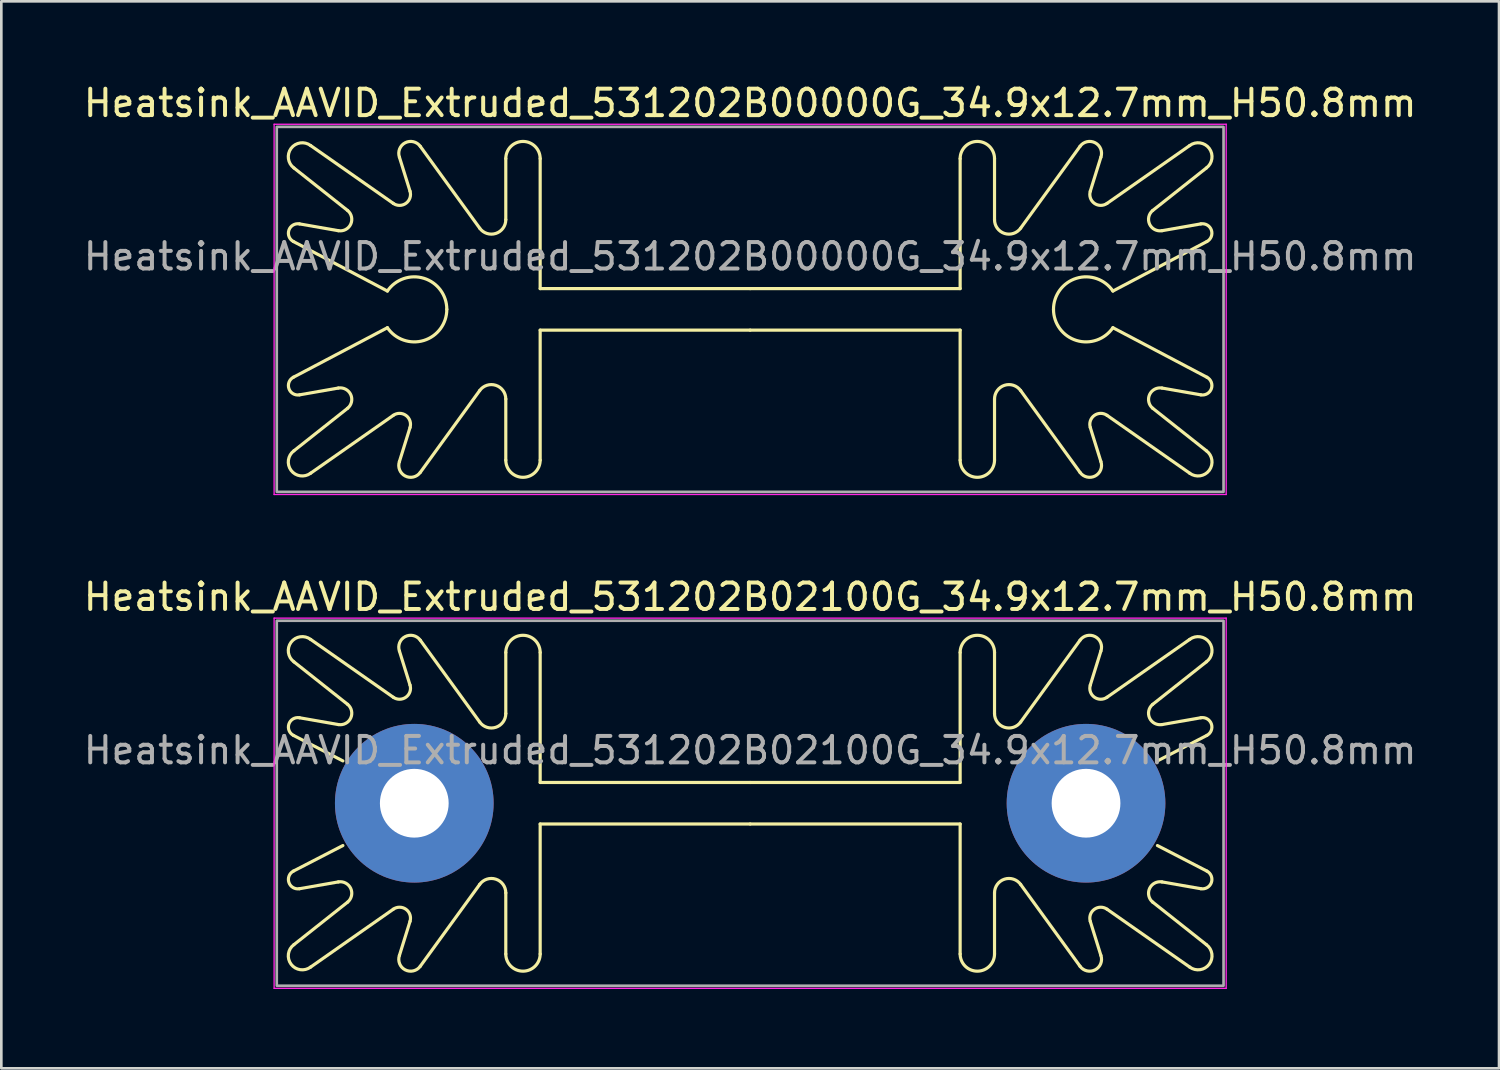
<source format=kicad_pcb>
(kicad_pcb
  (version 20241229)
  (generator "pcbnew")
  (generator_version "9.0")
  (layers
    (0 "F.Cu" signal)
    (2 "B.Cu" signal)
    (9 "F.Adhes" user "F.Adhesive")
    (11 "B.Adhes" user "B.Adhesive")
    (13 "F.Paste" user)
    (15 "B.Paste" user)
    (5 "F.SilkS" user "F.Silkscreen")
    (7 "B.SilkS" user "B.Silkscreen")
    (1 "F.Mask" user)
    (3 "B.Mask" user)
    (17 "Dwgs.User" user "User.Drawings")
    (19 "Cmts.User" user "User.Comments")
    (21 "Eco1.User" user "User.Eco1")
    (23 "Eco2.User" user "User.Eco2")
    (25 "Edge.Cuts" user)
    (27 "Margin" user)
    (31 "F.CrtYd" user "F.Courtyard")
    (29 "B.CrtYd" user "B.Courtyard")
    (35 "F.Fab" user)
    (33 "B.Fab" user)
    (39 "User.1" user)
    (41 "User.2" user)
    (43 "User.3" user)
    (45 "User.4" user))
  (footprint "Heatsink_AAVID_Extruded_531202B02100G_34.9x12.7mm_H50.8mm"
    (layer "F.Cu")
    (at 25.315 27.322)
    (property "Reference" "Heatsink_AAVID_Extruded_531202B02100G_34.9x12.7mm_H50.8mm" (at 0 -7.8 0) (layer "F.SilkS") (effects (font (size 1 1) (thickness 0.15))))
    (attr through_hole)
    (fp_line (start -17.251 -5.347) (end -15.22 -3.738) (stroke (width 0.12) (type default)) (layer "F.SilkS"))
    (fp_line (start -17.251 5.347) (end -15.22 3.738) (stroke (width 0.12) (type default)) (layer "F.SilkS"))
    (fp_line (start -17.041 -3.232) (end -15.573 -2.975) (stroke (width 0.12) (type default)) (layer "F.SilkS"))
    (fp_line (start -17.041 3.232) (end -15.573 2.975) (stroke (width 0.12) (type default)) (layer "F.SilkS"))
    (fp_line (start -16.62 -6.195) (end -13.494 -4.007) (stroke (width 0.12) (type default)) (layer "F.SilkS"))
    (fp_line (start -16.62 6.195) (end -13.494 4.007) (stroke (width 0.12) (type default)) (layer "F.SilkS"))
    (fp_line (start -15.4 -1.6) (end -17.269 -2.565) (stroke (width 0.12) (type default)) (layer "F.SilkS"))
    (fp_line (start -15.4 1.6) (end -17.269 2.565) (stroke (width 0.12) (type default)) (layer "F.SilkS"))
    (fp_line (start -13.262 -5.755) (end -12.861 -4.467) (stroke (width 0.12) (type default)) (layer "F.SilkS"))
    (fp_line (start -13.262 5.755) (end -12.861 4.467) (stroke (width 0.12) (type default)) (layer "F.SilkS"))
    (fp_line (start -12.474 -6.165) (end -10.227 -3.07) (stroke (width 0.12) (type default)) (layer "F.SilkS"))
    (fp_line (start -12.474 6.165) (end -10.227 3.07) (stroke (width 0.12) (type default)) (layer "F.SilkS"))
    (fp_line (start -9.24 -3.39) (end -9.24 -5.7) (stroke (width 0.12) (type default)) (layer "F.SilkS"))
    (fp_line (start -9.24 3.39) (end -9.24 5.7) (stroke (width 0.12) (type default)) (layer "F.SilkS"))
    (fp_line (start -7.94 -5.7) (end -7.94 -0.785) (stroke (width 0.12) (type default)) (layer "F.SilkS"))
    (fp_line (start -7.94 -0.785) (end 0 -0.785) (stroke (width 0.12) (type default)) (layer "F.SilkS"))
    (fp_line (start -7.94 0.785) (end 0 0.785) (stroke (width 0.12) (type default)) (layer "F.SilkS"))
    (fp_line (start -7.94 5.7) (end -7.94 0.785) (stroke (width 0.12) (type default)) (layer "F.SilkS"))
    (fp_line (start 7.94 -5.7) (end 7.94 -0.785) (stroke (width 0.12) (type default)) (layer "F.SilkS"))
    (fp_line (start 7.94 -0.785) (end 0 -0.785) (stroke (width 0.12) (type default)) (layer "F.SilkS"))
    (fp_line (start 7.94 0.785) (end 0 0.785) (stroke (width 0.12) (type default)) (layer "F.SilkS"))
    (fp_line (start 7.94 5.7) (end 7.94 0.785) (stroke (width 0.12) (type default)) (layer "F.SilkS"))
    (fp_line (start 9.24 -3.39) (end 9.24 -5.7) (stroke (width 0.12) (type default)) (layer "F.SilkS"))
    (fp_line (start 9.24 3.39) (end 9.24 5.7) (stroke (width 0.12) (type default)) (layer "F.SilkS"))
    (fp_line (start 12.474 -6.165) (end 10.227 -3.07) (stroke (width 0.12) (type default)) (layer "F.SilkS"))
    (fp_line (start 12.474 6.165) (end 10.227 3.07) (stroke (width 0.12) (type default)) (layer "F.SilkS"))
    (fp_line (start 13.262 -5.755) (end 12.861 -4.467) (stroke (width 0.12) (type default)) (layer "F.SilkS"))
    (fp_line (start 13.262 5.755) (end 12.861 4.467) (stroke (width 0.12) (type default)) (layer "F.SilkS"))
    (fp_line (start 15.4 -1.6) (end 17.269 -2.565) (stroke (width 0.12) (type default)) (layer "F.SilkS"))
    (fp_line (start 15.4 1.6) (end 17.269 2.565) (stroke (width 0.12) (type default)) (layer "F.SilkS"))
    (fp_line (start 16.62 -6.195) (end 13.494 -4.007) (stroke (width 0.12) (type default)) (layer "F.SilkS"))
    (fp_line (start 16.62 6.195) (end 13.494 4.007) (stroke (width 0.12) (type default)) (layer "F.SilkS"))
    (fp_line (start 17.041 -3.232) (end 15.573 -2.975) (stroke (width 0.12) (type default)) (layer "F.SilkS"))
    (fp_line (start 17.041 3.232) (end 15.573 2.975) (stroke (width 0.12) (type default)) (layer "F.SilkS"))
    (fp_line (start 17.251 -5.347) (end 15.22 -3.738) (stroke (width 0.12) (type default)) (layer "F.SilkS"))
    (fp_line (start 17.251 5.347) (end 15.22 3.738) (stroke (width 0.12) (type default)) (layer "F.SilkS"))
    (fp_arc (start -17.269214 -2.565036) (mid -17.440597 -2.996056) (end -17.041391 -3.232244) (stroke (width 0.12) (type default)) (layer "F.SilkS"))
    (fp_arc (start -17.251322 -5.347047) (mid -17.35513 -6.083544) (end -16.619722 -6.194806) (stroke (width 0.12) (type default)) (layer "F.SilkS"))
    (fp_arc (start -17.041391 3.232244) (mid -17.440597 2.996056) (end -17.269214 2.565036) (stroke (width 0.12) (type default)) (layer "F.SilkS"))
    (fp_arc (start -16.619722 6.194806) (mid -17.35513 6.083544) (end -17.251322 5.347047) (stroke (width 0.12) (type default)) (layer "F.SilkS"))
    (fp_arc (start -15.573285 2.975325) (mid -15.103475 3.221267) (end -15.220495 3.738486) (stroke (width 0.12) (type default)) (layer "F.SilkS"))
    (fp_arc (start -15.220495 -3.738486) (mid -15.103476 -3.221268) (end -15.573285 -2.975325) (stroke (width 0.12) (type default)) (layer "F.SilkS"))
    (fp_arc (start -13.494196 4.006938) (mid -13.013649 4.011159) (end -12.86112 4.466876) (stroke (width 0.12) (type default)) (layer "F.SilkS"))
    (fp_arc (start -13.262222 -5.754806) (mid -13.044559 -6.299541) (end -12.473631 -6.164803) (stroke (width 0.12) (type default)) (layer "F.SilkS"))
    (fp_arc (start -12.86112 -4.466876) (mid -13.013649 -4.011159) (end -13.494196 -4.006938) (stroke (width 0.12) (type default)) (layer "F.SilkS"))
    (fp_arc (start -12.473631 6.164803) (mid -13.044559 6.299541) (end -13.262222 5.754806) (stroke (width 0.12) (type default)) (layer "F.SilkS"))
    (fp_arc (start -10.227108 3.069551) (mid -9.617107 2.871094) (end -9.24 3.390015) (stroke (width 0.12) (type default)) (layer "F.SilkS"))
    (fp_arc (start -9.24 -5.700005) (mid -8.589998 -6.34999) (end -7.94 -5.7) (stroke (width 0.12) (type default)) (layer "F.SilkS"))
    (fp_arc (start -9.24 -3.390015) (mid -9.617106 -2.871091) (end -10.227108 -3.069551) (stroke (width 0.12) (type default)) (layer "F.SilkS"))
    (fp_arc (start -7.94 5.7) (mid -8.589998 6.34999) (end -9.24 5.700005) (stroke (width 0.12) (type default)) (layer "F.SilkS"))
    (fp_arc (start 7.94 -5.7) (mid 8.589997 -6.35) (end 9.24 -5.700005) (stroke (width 0.12) (type default)) (layer "F.SilkS"))
    (fp_arc (start 9.24 3.390015) (mid 9.617118 2.871065) (end 10.227108 3.069551) (stroke (width 0.12) (type default)) (layer "F.SilkS"))
    (fp_arc (start 9.24 5.700005) (mid 8.589998 6.35) (end 7.94 5.7) (stroke (width 0.12) (type default)) (layer "F.SilkS"))
    (fp_arc (start 10.227108 -3.069551) (mid 9.617136 -2.87112) (end 9.24 -3.390015) (stroke (width 0.12) (type default)) (layer "F.SilkS"))
    (fp_arc (start 12.473631 -6.164803) (mid 13.044573 -6.29957) (end 13.262222 -5.754806) (stroke (width 0.12) (type default)) (layer "F.SilkS"))
    (fp_arc (start 12.86112 4.466876) (mid 13.013648 4.011156) (end 13.494196 4.006938) (stroke (width 0.12) (type default)) (layer "F.SilkS"))
    (fp_arc (start 13.262222 5.754806) (mid 13.044557 6.299538) (end 12.473631 6.164803) (stroke (width 0.12) (type default)) (layer "F.SilkS"))
    (fp_arc (start 13.494196 -4.006938) (mid 13.013654 -4.011181) (end 12.86112 -4.466876) (stroke (width 0.12) (type default)) (layer "F.SilkS"))
    (fp_arc (start 15.220495 3.738486) (mid 15.103486 3.221284) (end 15.573285 2.975325) (stroke (width 0.12) (type default)) (layer "F.SilkS"))
    (fp_arc (start 15.573285 -2.975325) (mid 15.103462 -3.221272) (end 15.220495 -3.738486) (stroke (width 0.12) (type default)) (layer "F.SilkS"))
    (fp_arc (start 16.619722 -6.194806) (mid 17.355106 -6.08352) (end 17.251322 -5.347047) (stroke (width 0.12) (type default)) (layer "F.SilkS"))
    (fp_arc (start 17.041391 -3.232244) (mid 17.440636 -2.99603) (end 17.269214 -2.565036) (stroke (width 0.12) (type default)) (layer "F.SilkS"))
    (fp_arc (start 17.251322 5.347047) (mid 17.355097 6.083513) (end 16.619722 6.194806) (stroke (width 0.12) (type default)) (layer "F.SilkS"))
    (fp_arc (start 17.269214 2.565036) (mid 17.440597 2.996059) (end 17.041391 3.232244) (stroke (width 0.12) (type default)) (layer "F.SilkS"))
    (fp_line (start -18 -7) (end -18 7) (stroke (width 0.05) (type solid)) (layer "F.CrtYd"))
    (fp_line (start -18 -7) (end 18 -7) (stroke (width 0.05) (type solid)) (layer "F.CrtYd"))
    (fp_line (start 18 7) (end -18 7) (stroke (width 0.05) (type solid)) (layer "F.CrtYd"))
    (fp_line (start 18 7) (end 18 -7) (stroke (width 0.05) (type solid)) (layer "F.CrtYd"))
    (fp_rect (start -17.9 -6.9) (end 17.9 6.9) (stroke (width 0.1) (type default)) (fill no) (layer "F.Fab"))
    (fp_text user "${REFERENCE}" (at 0 -2 0) (layer "F.Fab") (effects (font (size 1 1) (thickness 0.15))))
    (pad "1" thru_hole circle (at -12.7 0) (size 6 6) (drill 2.6) (layers "*.Cu" "*.Mask"))
    (pad "1" thru_hole circle (at 12.7 0) (size 6 6) (drill 2.6) (layers "*.Cu" "*.Mask")))
  (footprint "Heatsink_AAVID_Extruded_531202B00000G_34.9x12.7mm_H50.8mm"
    (layer "F.Cu")
    (at 25.315 8.648)
    (property "Reference" "Heatsink_AAVID_Extruded_531202B00000G_34.9x12.7mm_H50.8mm" (at 0 -7.8 0) (layer "F.SilkS") (effects (font (size 1 1) (thickness 0.15))))
    (fp_line (start -17.251 -5.347) (end -15.22 -3.738) (stroke (width 0.12) (type default)) (layer "F.SilkS"))
    (fp_line (start -17.251 5.347) (end -15.22 3.738) (stroke (width 0.12) (type default)) (layer "F.SilkS"))
    (fp_line (start -17.041 -3.232) (end -15.573 -2.975) (stroke (width 0.12) (type default)) (layer "F.SilkS"))
    (fp_line (start -17.041 3.232) (end -15.573 2.975) (stroke (width 0.12) (type default)) (layer "F.SilkS"))
    (fp_line (start -16.62 -6.195) (end -13.494 -4.007) (stroke (width 0.12) (type default)) (layer "F.SilkS"))
    (fp_line (start -16.62 6.195) (end -13.494 4.007) (stroke (width 0.12) (type default)) (layer "F.SilkS"))
    (fp_line (start -13.716 -0.693) (end -17.269 -2.565) (stroke (width 0.12) (type default)) (layer "F.SilkS"))
    (fp_line (start -13.716 0.693) (end -17.269 2.565) (stroke (width 0.12) (type default)) (layer "F.SilkS"))
    (fp_line (start -13.262 -5.755) (end -12.861 -4.467) (stroke (width 0.12) (type default)) (layer "F.SilkS"))
    (fp_line (start -13.262 5.755) (end -12.861 4.467) (stroke (width 0.12) (type default)) (layer "F.SilkS"))
    (fp_line (start -12.474 -6.165) (end -10.227 -3.07) (stroke (width 0.12) (type default)) (layer "F.SilkS"))
    (fp_line (start -12.474 6.165) (end -10.227 3.07) (stroke (width 0.12) (type default)) (layer "F.SilkS"))
    (fp_line (start -9.24 -3.39) (end -9.24 -5.7) (stroke (width 0.12) (type default)) (layer "F.SilkS"))
    (fp_line (start -9.24 3.39) (end -9.24 5.7) (stroke (width 0.12) (type default)) (layer "F.SilkS"))
    (fp_line (start -7.94 -5.7) (end -7.94 -0.785) (stroke (width 0.12) (type default)) (layer "F.SilkS"))
    (fp_line (start -7.94 -0.785) (end 0 -0.785) (stroke (width 0.12) (type default)) (layer "F.SilkS"))
    (fp_line (start -7.94 0.785) (end 0 0.785) (stroke (width 0.12) (type default)) (layer "F.SilkS"))
    (fp_line (start -7.94 5.7) (end -7.94 0.785) (stroke (width 0.12) (type default)) (layer "F.SilkS"))
    (fp_line (start 7.94 -5.7) (end 7.94 -0.785) (stroke (width 0.12) (type default)) (layer "F.SilkS"))
    (fp_line (start 7.94 -0.785) (end 0 -0.785) (stroke (width 0.12) (type default)) (layer "F.SilkS"))
    (fp_line (start 7.94 0.785) (end 0 0.785) (stroke (width 0.12) (type default)) (layer "F.SilkS"))
    (fp_line (start 7.94 5.7) (end 7.94 0.785) (stroke (width 0.12) (type default)) (layer "F.SilkS"))
    (fp_line (start 9.24 -3.39) (end 9.24 -5.7) (stroke (width 0.12) (type default)) (layer "F.SilkS"))
    (fp_line (start 9.24 3.39) (end 9.24 5.7) (stroke (width 0.12) (type default)) (layer "F.SilkS"))
    (fp_line (start 12.474 -6.165) (end 10.227 -3.07) (stroke (width 0.12) (type default)) (layer "F.SilkS"))
    (fp_line (start 12.474 6.165) (end 10.227 3.07) (stroke (width 0.12) (type default)) (layer "F.SilkS"))
    (fp_line (start 13.262 -5.755) (end 12.861 -4.467) (stroke (width 0.12) (type default)) (layer "F.SilkS"))
    (fp_line (start 13.262 5.755) (end 12.861 4.467) (stroke (width 0.12) (type default)) (layer "F.SilkS"))
    (fp_line (start 13.716 -0.693) (end 17.269 -2.565) (stroke (width 0.12) (type default)) (layer "F.SilkS"))
    (fp_line (start 13.716 0.693) (end 17.269 2.565) (stroke (width 0.12) (type default)) (layer "F.SilkS"))
    (fp_line (start 16.62 -6.195) (end 13.494 -4.007) (stroke (width 0.12) (type default)) (layer "F.SilkS"))
    (fp_line (start 16.62 6.195) (end 13.494 4.007) (stroke (width 0.12) (type default)) (layer "F.SilkS"))
    (fp_line (start 17.041 -3.232) (end 15.573 -2.975) (stroke (width 0.12) (type default)) (layer "F.SilkS"))
    (fp_line (start 17.041 3.232) (end 15.573 2.975) (stroke (width 0.12) (type default)) (layer "F.SilkS"))
    (fp_line (start 17.251 -5.347) (end 15.22 -3.738) (stroke (width 0.12) (type default)) (layer "F.SilkS"))
    (fp_line (start 17.251 5.347) (end 15.22 3.738) (stroke (width 0.12) (type default)) (layer "F.SilkS"))
    (fp_arc (start -17.269214 -2.565036) (mid -17.440597 -2.996056) (end -17.041391 -3.232244) (stroke (width 0.12) (type default)) (layer "F.SilkS"))
    (fp_arc (start -17.251322 -5.347047) (mid -17.35513 -6.083544) (end -16.619722 -6.194806) (stroke (width 0.12) (type default)) (layer "F.SilkS"))
    (fp_arc (start -17.041391 3.232244) (mid -17.440597 2.996056) (end -17.269214 2.565036) (stroke (width 0.12) (type default)) (layer "F.SilkS"))
    (fp_arc (start -16.619722 6.194806) (mid -17.35513 6.083544) (end -17.251322 5.347047) (stroke (width 0.12) (type default)) (layer "F.SilkS"))
    (fp_arc (start -15.573285 2.975325) (mid -15.103475 3.221267) (end -15.220495 3.738486) (stroke (width 0.12) (type default)) (layer "F.SilkS"))
    (fp_arc (start -15.220495 -3.738486) (mid -15.103476 -3.221268) (end -15.573285 -2.975325) (stroke (width 0.12) (type default)) (layer "F.SilkS"))
    (fp_arc (start -13.716008 -0.693273) (mid -12.337226 -1.175286) (end -11.470001 0) (stroke (width 0.12) (type default)) (layer "F.SilkS"))
    (fp_arc (start -13.494196 4.006938) (mid -13.013649 4.011159) (end -12.86112 4.466876) (stroke (width 0.12) (type default)) (layer "F.SilkS"))
    (fp_arc (start -13.262222 -5.754806) (mid -13.044559 -6.299541) (end -12.473631 -6.164803) (stroke (width 0.12) (type default)) (layer "F.SilkS"))
    (fp_arc (start -12.86112 -4.466876) (mid -13.013649 -4.011159) (end -13.494196 -4.006938) (stroke (width 0.12) (type default)) (layer "F.SilkS"))
    (fp_arc (start -12.473631 6.164803) (mid -13.044559 6.299541) (end -13.262222 5.754806) (stroke (width 0.12) (type default)) (layer "F.SilkS"))
    (fp_arc (start -11.470001 0) (mid -12.337226 1.175286) (end -13.716008 0.693273) (stroke (width 0.12) (type default)) (layer "F.SilkS"))
    (fp_arc (start -10.227108 3.069551) (mid -9.617107 2.871094) (end -9.24 3.390015) (stroke (width 0.12) (type default)) (layer "F.SilkS"))
    (fp_arc (start -9.24 -5.700005) (mid -8.589998 -6.34999) (end -7.94 -5.7) (stroke (width 0.12) (type default)) (layer "F.SilkS"))
    (fp_arc (start -9.24 -3.390015) (mid -9.617106 -2.871091) (end -10.227108 -3.069551) (stroke (width 0.12) (type default)) (layer "F.SilkS"))
    (fp_arc (start -7.94 5.7) (mid -8.589998 6.34999) (end -9.24 5.700005) (stroke (width 0.12) (type default)) (layer "F.SilkS"))
    (fp_arc (start 7.94 -5.7) (mid 8.589997 -6.35) (end 9.24 -5.700005) (stroke (width 0.12) (type default)) (layer "F.SilkS"))
    (fp_arc (start 9.24 3.390015) (mid 9.617118 2.871065) (end 10.227108 3.069551) (stroke (width 0.12) (type default)) (layer "F.SilkS"))
    (fp_arc (start 9.24 5.700005) (mid 8.589998 6.35) (end 7.94 5.7) (stroke (width 0.12) (type default)) (layer "F.SilkS"))
    (fp_arc (start 10.227108 -3.069551) (mid 9.617136 -2.87112) (end 9.24 -3.390015) (stroke (width 0.12) (type default)) (layer "F.SilkS"))
    (fp_arc (start 11.470001 0) (mid 12.337226 -1.175284) (end 13.716008 -0.693273) (stroke (width 0.12) (type default)) (layer "F.SilkS"))
    (fp_arc (start 12.473631 -6.164803) (mid 13.044573 -6.29957) (end 13.262222 -5.754806) (stroke (width 0.12) (type default)) (layer "F.SilkS"))
    (fp_arc (start 12.86112 4.466876) (mid 13.013648 4.011156) (end 13.494196 4.006938) (stroke (width 0.12) (type default)) (layer "F.SilkS"))
    (fp_arc (start 13.262222 5.754806) (mid 13.044557 6.299538) (end 12.473631 6.164803) (stroke (width 0.12) (type default)) (layer "F.SilkS"))
    (fp_arc (start 13.494196 -4.006938) (mid 13.013654 -4.011181) (end 12.86112 -4.466876) (stroke (width 0.12) (type default)) (layer "F.SilkS"))
    (fp_arc (start 13.716008 0.693273) (mid 12.337226 1.175285) (end 11.470001 0) (stroke (width 0.12) (type default)) (layer "F.SilkS"))
    (fp_arc (start 15.220495 3.738486) (mid 15.103486 3.221284) (end 15.573285 2.975325) (stroke (width 0.12) (type default)) (layer "F.SilkS"))
    (fp_arc (start 15.573285 -2.975325) (mid 15.103462 -3.221272) (end 15.220495 -3.738486) (stroke (width 0.12) (type default)) (layer "F.SilkS"))
    (fp_arc (start 16.619722 -6.194806) (mid 17.355106 -6.08352) (end 17.251322 -5.347047) (stroke (width 0.12) (type default)) (layer "F.SilkS"))
    (fp_arc (start 17.041391 -3.232244) (mid 17.440636 -2.99603) (end 17.269214 -2.565036) (stroke (width 0.12) (type default)) (layer "F.SilkS"))
    (fp_arc (start 17.251322 5.347047) (mid 17.355097 6.083513) (end 16.619722 6.194806) (stroke (width 0.12) (type default)) (layer "F.SilkS"))
    (fp_arc (start 17.269214 2.565036) (mid 17.440597 2.996059) (end 17.041391 3.232244) (stroke (width 0.12) (type default)) (layer "F.SilkS"))
    (fp_line (start -18 -7) (end -18 7) (stroke (width 0.05) (type solid)) (layer "F.CrtYd"))
    (fp_line (start -18 -7) (end 18 -7) (stroke (width 0.05) (type solid)) (layer "F.CrtYd"))
    (fp_line (start 18 7) (end -18 7) (stroke (width 0.05) (type solid)) (layer "F.CrtYd"))
    (fp_line (start 18 7) (end 18 -7) (stroke (width 0.05) (type solid)) (layer "F.CrtYd"))
    (fp_rect (start -17.9 -6.9) (end 17.9 6.9) (stroke (width 0.1) (type default)) (fill no) (layer "F.Fab"))
    (fp_text user "${REFERENCE}" (at 0 -2 0) (layer "F.Fab") (effects (font (size 1 1) (thickness 0.15)))))
  (gr_rect
    (start -3 -3)
    (end 53.631 37.346)
    (stroke (width 0.1) (type default))
    (fill no)
    (layer "Edge.Cuts")))
</source>
